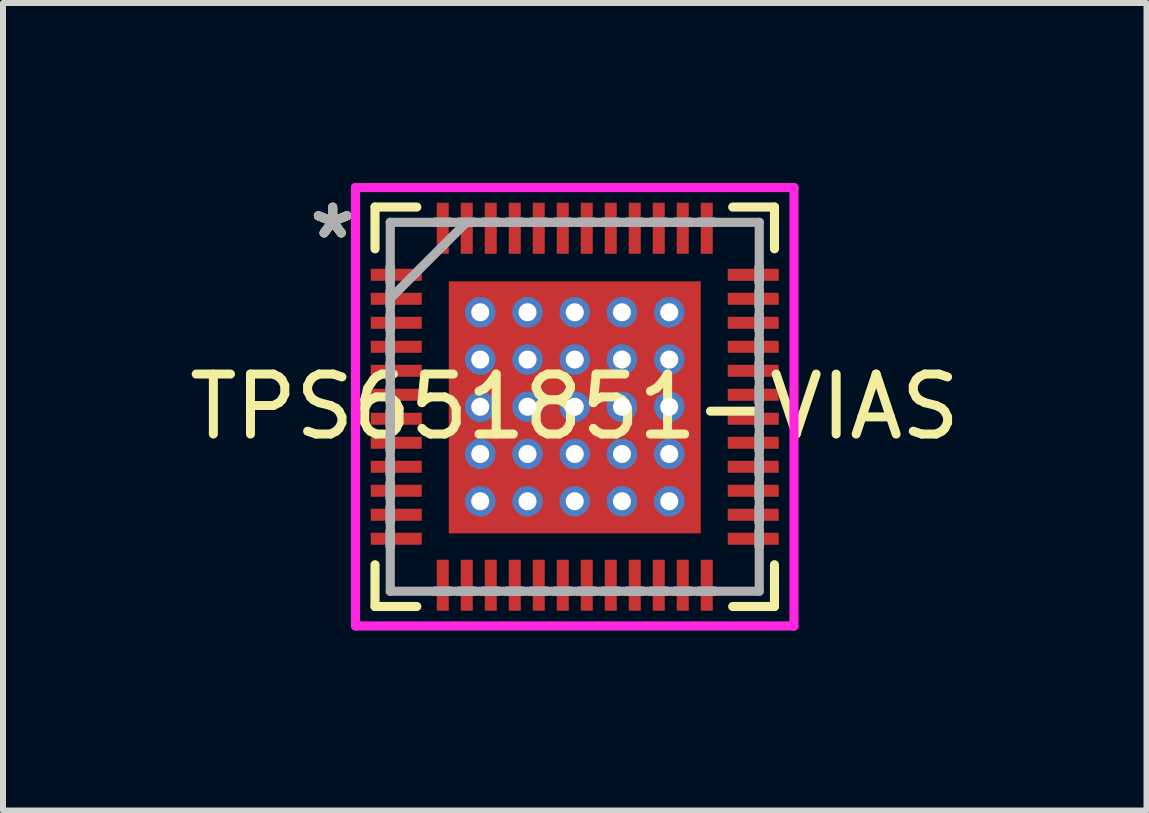
<source format=kicad_pcb>
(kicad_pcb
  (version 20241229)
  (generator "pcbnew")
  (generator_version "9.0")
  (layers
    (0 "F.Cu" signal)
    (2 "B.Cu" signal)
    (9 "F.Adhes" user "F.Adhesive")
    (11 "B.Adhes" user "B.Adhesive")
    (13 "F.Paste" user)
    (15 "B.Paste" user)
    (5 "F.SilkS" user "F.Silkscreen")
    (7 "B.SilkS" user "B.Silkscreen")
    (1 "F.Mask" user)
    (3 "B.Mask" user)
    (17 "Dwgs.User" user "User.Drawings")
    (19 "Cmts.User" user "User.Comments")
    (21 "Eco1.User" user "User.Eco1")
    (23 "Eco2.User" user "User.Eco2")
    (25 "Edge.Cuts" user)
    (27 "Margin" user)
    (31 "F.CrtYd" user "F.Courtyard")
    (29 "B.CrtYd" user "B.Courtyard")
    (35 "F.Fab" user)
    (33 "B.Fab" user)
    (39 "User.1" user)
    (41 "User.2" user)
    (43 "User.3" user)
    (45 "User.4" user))
  (footprint "TPS651851-VIAS"
    (layer "F.Cu")
    (at 6.53 3.73)
    (property "Reference" "TPS651851-VIAS" (at 0 0 0) (layer "F.SilkS") (effects (font (size 1 1) (thickness 0.15))))
    (attr smd)
    (fp_line (start -3.45 -2.35) (end -3.45 -2.05) (stroke (width 0.152) (type solid)) (layer "F.Mask"))
    (fp_line (start -3.45 -2.05) (end -2.5 -2.05) (stroke (width 0.152) (type solid)) (layer "F.Mask"))
    (fp_line (start -3.45 -1.95) (end -3.45 -1.65) (stroke (width 0.152) (type solid)) (layer "F.Mask"))
    (fp_line (start -3.45 -1.65) (end -2.5 -1.65) (stroke (width 0.152) (type solid)) (layer "F.Mask"))
    (fp_line (start -3.45 -1.55) (end -3.45 -1.25) (stroke (width 0.152) (type solid)) (layer "F.Mask"))
    (fp_line (start -3.45 -1.25) (end -2.5 -1.25) (stroke (width 0.152) (type solid)) (layer "F.Mask"))
    (fp_line (start -3.45 -1.15) (end -3.45 -0.85) (stroke (width 0.152) (type solid)) (layer "F.Mask"))
    (fp_line (start -3.45 -0.85) (end -2.5 -0.85) (stroke (width 0.152) (type solid)) (layer "F.Mask"))
    (fp_line (start -3.45 -0.75) (end -3.45 -0.45) (stroke (width 0.152) (type solid)) (layer "F.Mask"))
    (fp_line (start -3.45 -0.45) (end -2.5 -0.45) (stroke (width 0.152) (type solid)) (layer "F.Mask"))
    (fp_line (start -3.45 -0.35) (end -3.45 -0.05) (stroke (width 0.152) (type solid)) (layer "F.Mask"))
    (fp_line (start -3.45 -0.05) (end -2.5 -0.05) (stroke (width 0.152) (type solid)) (layer "F.Mask"))
    (fp_line (start -3.45 0.05) (end -3.45 0.35) (stroke (width 0.152) (type solid)) (layer "F.Mask"))
    (fp_line (start -3.45 0.35) (end -2.5 0.35) (stroke (width 0.152) (type solid)) (layer "F.Mask"))
    (fp_line (start -3.45 0.45) (end -3.45 0.75) (stroke (width 0.152) (type solid)) (layer "F.Mask"))
    (fp_line (start -3.45 0.75) (end -2.5 0.75) (stroke (width 0.152) (type solid)) (layer "F.Mask"))
    (fp_line (start -3.45 0.85) (end -3.45 1.15) (stroke (width 0.152) (type solid)) (layer "F.Mask"))
    (fp_line (start -3.45 1.15) (end -2.5 1.15) (stroke (width 0.152) (type solid)) (layer "F.Mask"))
    (fp_line (start -3.45 1.25) (end -3.45 1.55) (stroke (width 0.152) (type solid)) (layer "F.Mask"))
    (fp_line (start -3.45 1.55) (end -2.5 1.55) (stroke (width 0.152) (type solid)) (layer "F.Mask"))
    (fp_line (start -3.45 1.65) (end -3.45 1.95) (stroke (width 0.152) (type solid)) (layer "F.Mask"))
    (fp_line (start -3.45 1.95) (end -2.5 1.95) (stroke (width 0.152) (type solid)) (layer "F.Mask"))
    (fp_line (start -3.45 2.05) (end -3.45 2.35) (stroke (width 0.152) (type solid)) (layer "F.Mask"))
    (fp_line (start -3.45 2.35) (end -2.5 2.35) (stroke (width 0.152) (type solid)) (layer "F.Mask"))
    (fp_line (start -2.5 -2.35) (end -3.45 -2.35) (stroke (width 0.152) (type solid)) (layer "F.Mask"))
    (fp_line (start -2.5 -2.05) (end -2.5 -2.35) (stroke (width 0.152) (type solid)) (layer "F.Mask"))
    (fp_line (start -2.5 -1.95) (end -3.45 -1.95) (stroke (width 0.152) (type solid)) (layer "F.Mask"))
    (fp_line (start -2.5 -1.65) (end -2.5 -1.95) (stroke (width 0.152) (type solid)) (layer "F.Mask"))
    (fp_line (start -2.5 -1.55) (end -3.45 -1.55) (stroke (width 0.152) (type solid)) (layer "F.Mask"))
    (fp_line (start -2.5 -1.25) (end -2.5 -1.55) (stroke (width 0.152) (type solid)) (layer "F.Mask"))
    (fp_line (start -2.5 -1.15) (end -3.45 -1.15) (stroke (width 0.152) (type solid)) (layer "F.Mask"))
    (fp_line (start -2.5 -0.85) (end -2.5 -1.15) (stroke (width 0.152) (type solid)) (layer "F.Mask"))
    (fp_line (start -2.5 -0.75) (end -3.45 -0.75) (stroke (width 0.152) (type solid)) (layer "F.Mask"))
    (fp_line (start -2.5 -0.45) (end -2.5 -0.75) (stroke (width 0.152) (type solid)) (layer "F.Mask"))
    (fp_line (start -2.5 -0.35) (end -3.45 -0.35) (stroke (width 0.152) (type solid)) (layer "F.Mask"))
    (fp_line (start -2.5 -0.05) (end -2.5 -0.35) (stroke (width 0.152) (type solid)) (layer "F.Mask"))
    (fp_line (start -2.5 0.05) (end -3.45 0.05) (stroke (width 0.152) (type solid)) (layer "F.Mask"))
    (fp_line (start -2.5 0.35) (end -2.5 0.05) (stroke (width 0.152) (type solid)) (layer "F.Mask"))
    (fp_line (start -2.5 0.45) (end -3.45 0.45) (stroke (width 0.152) (type solid)) (layer "F.Mask"))
    (fp_line (start -2.5 0.75) (end -2.5 0.45) (stroke (width 0.152) (type solid)) (layer "F.Mask"))
    (fp_line (start -2.5 0.85) (end -3.45 0.85) (stroke (width 0.152) (type solid)) (layer "F.Mask"))
    (fp_line (start -2.5 1.15) (end -2.5 0.85) (stroke (width 0.152) (type solid)) (layer "F.Mask"))
    (fp_line (start -2.5 1.25) (end -3.45 1.25) (stroke (width 0.152) (type solid)) (layer "F.Mask"))
    (fp_line (start -2.5 1.55) (end -2.5 1.25) (stroke (width 0.152) (type solid)) (layer "F.Mask"))
    (fp_line (start -2.5 1.65) (end -3.45 1.65) (stroke (width 0.152) (type solid)) (layer "F.Mask"))
    (fp_line (start -2.5 1.95) (end -2.5 1.65) (stroke (width 0.152) (type solid)) (layer "F.Mask"))
    (fp_line (start -2.5 2.05) (end -3.45 2.05) (stroke (width 0.152) (type solid)) (layer "F.Mask"))
    (fp_line (start -2.5 2.35) (end -2.5 2.05) (stroke (width 0.152) (type solid)) (layer "F.Mask"))
    (fp_line (start -2.35 -3.45) (end -2.35 -2.5) (stroke (width 0.152) (type solid)) (layer "F.Mask"))
    (fp_line (start -2.35 -2.5) (end -2.05 -2.5) (stroke (width 0.152) (type solid)) (layer "F.Mask"))
    (fp_line (start -2.35 2.5) (end -2.35 3.45) (stroke (width 0.152) (type solid)) (layer "F.Mask"))
    (fp_line (start -2.35 3.45) (end -2.05 3.45) (stroke (width 0.152) (type solid)) (layer "F.Mask"))
    (fp_line (start -2.05 -3.45) (end -2.35 -3.45) (stroke (width 0.152) (type solid)) (layer "F.Mask"))
    (fp_line (start -2.05 -2.5) (end -2.05 -3.45) (stroke (width 0.152) (type solid)) (layer "F.Mask"))
    (fp_line (start -2.05 2.5) (end -2.35 2.5) (stroke (width 0.152) (type solid)) (layer "F.Mask"))
    (fp_line (start -2.05 3.45) (end -2.05 2.5) (stroke (width 0.152) (type solid)) (layer "F.Mask"))
    (fp_line (start -1.95 -3.45) (end -1.95 -2.5) (stroke (width 0.152) (type solid)) (layer "F.Mask"))
    (fp_line (start -1.95 -2.5) (end -1.65 -2.5) (stroke (width 0.152) (type solid)) (layer "F.Mask"))
    (fp_line (start -1.95 2.5) (end -1.95 3.45) (stroke (width 0.152) (type solid)) (layer "F.Mask"))
    (fp_line (start -1.95 3.45) (end -1.65 3.45) (stroke (width 0.152) (type solid)) (layer "F.Mask"))
    (fp_line (start -1.65 -3.45) (end -1.95 -3.45) (stroke (width 0.152) (type solid)) (layer "F.Mask"))
    (fp_line (start -1.65 -2.5) (end -1.65 -3.45) (stroke (width 0.152) (type solid)) (layer "F.Mask"))
    (fp_line (start -1.65 2.5) (end -1.95 2.5) (stroke (width 0.152) (type solid)) (layer "F.Mask"))
    (fp_line (start -1.65 3.45) (end -1.65 2.5) (stroke (width 0.152) (type solid)) (layer "F.Mask"))
    (fp_line (start -1.55 -3.45) (end -1.55 -2.5) (stroke (width 0.152) (type solid)) (layer "F.Mask"))
    (fp_line (start -1.55 -2.5) (end -1.25 -2.5) (stroke (width 0.152) (type solid)) (layer "F.Mask"))
    (fp_line (start -1.55 2.5) (end -1.55 3.45) (stroke (width 0.152) (type solid)) (layer "F.Mask"))
    (fp_line (start -1.55 3.45) (end -1.25 3.45) (stroke (width 0.152) (type solid)) (layer "F.Mask"))
    (fp_line (start -1.25 -3.45) (end -1.55 -3.45) (stroke (width 0.152) (type solid)) (layer "F.Mask"))
    (fp_line (start -1.25 -2.5) (end -1.25 -3.45) (stroke (width 0.152) (type solid)) (layer "F.Mask"))
    (fp_line (start -1.25 2.5) (end -1.55 2.5) (stroke (width 0.152) (type solid)) (layer "F.Mask"))
    (fp_line (start -1.25 3.45) (end -1.25 2.5) (stroke (width 0.152) (type solid)) (layer "F.Mask"))
    (fp_line (start -1.15 -3.45) (end -1.15 -2.5) (stroke (width 0.152) (type solid)) (layer "F.Mask"))
    (fp_line (start -1.15 -2.5) (end -0.85 -2.5) (stroke (width 0.152) (type solid)) (layer "F.Mask"))
    (fp_line (start -1.15 2.5) (end -1.15 3.45) (stroke (width 0.152) (type solid)) (layer "F.Mask"))
    (fp_line (start -1.15 3.45) (end -0.85 3.45) (stroke (width 0.152) (type solid)) (layer "F.Mask"))
    (fp_line (start -0.85 -3.45) (end -1.15 -3.45) (stroke (width 0.152) (type solid)) (layer "F.Mask"))
    (fp_line (start -0.85 -2.5) (end -0.85 -3.45) (stroke (width 0.152) (type solid)) (layer "F.Mask"))
    (fp_line (start -0.85 2.5) (end -1.15 2.5) (stroke (width 0.152) (type solid)) (layer "F.Mask"))
    (fp_line (start -0.85 3.45) (end -0.85 2.5) (stroke (width 0.152) (type solid)) (layer "F.Mask"))
    (fp_line (start -0.75 2.5) (end -0.75 3.45) (stroke (width 0.152) (type solid)) (layer "F.Mask"))
    (fp_line (start -0.75 3.45) (end -0.45 3.45) (stroke (width 0.152) (type solid)) (layer "F.Mask"))
    (fp_line (start -0.75 -3.45) (end -0.75 -2.5) (stroke (width 0.152) (type solid)) (layer "F.Mask"))
    (fp_line (start -0.75 -2.5) (end -0.45 -2.5) (stroke (width 0.152) (type solid)) (layer "F.Mask"))
    (fp_line (start -0.45 -3.45) (end -0.75 -3.45) (stroke (width 0.152) (type solid)) (layer "F.Mask"))
    (fp_line (start -0.45 -2.5) (end -0.45 -3.45) (stroke (width 0.152) (type solid)) (layer "F.Mask"))
    (fp_line (start -0.45 2.5) (end -0.75 2.5) (stroke (width 0.152) (type solid)) (layer "F.Mask"))
    (fp_line (start -0.45 3.45) (end -0.45 2.5) (stroke (width 0.152) (type solid)) (layer "F.Mask"))
    (fp_line (start -0.35 -3.45) (end -0.35 -2.5) (stroke (width 0.152) (type solid)) (layer "F.Mask"))
    (fp_line (start -0.35 -2.5) (end -0.05 -2.5) (stroke (width 0.152) (type solid)) (layer "F.Mask"))
    (fp_line (start -0.35 2.5) (end -0.35 3.45) (stroke (width 0.152) (type solid)) (layer "F.Mask"))
    (fp_line (start -0.35 3.45) (end -0.05 3.45) (stroke (width 0.152) (type solid)) (layer "F.Mask"))
    (fp_line (start -0.05 -3.45) (end -0.35 -3.45) (stroke (width 0.152) (type solid)) (layer "F.Mask"))
    (fp_line (start -0.05 -2.5) (end -0.05 -3.45) (stroke (width 0.152) (type solid)) (layer "F.Mask"))
    (fp_line (start -0.05 2.5) (end -0.35 2.5) (stroke (width 0.152) (type solid)) (layer "F.Mask"))
    (fp_line (start -0.05 3.45) (end -0.05 2.5) (stroke (width 0.152) (type solid)) (layer "F.Mask"))
    (fp_line (start 0.05 -3.45) (end 0.05 -2.5) (stroke (width 0.152) (type solid)) (layer "F.Mask"))
    (fp_line (start 0.05 -2.5) (end 0.35 -2.5) (stroke (width 0.152) (type solid)) (layer "F.Mask"))
    (fp_line (start 0.05 2.5) (end 0.05 3.45) (stroke (width 0.152) (type solid)) (layer "F.Mask"))
    (fp_line (start 0.05 3.45) (end 0.35 3.45) (stroke (width 0.152) (type solid)) (layer "F.Mask"))
    (fp_line (start 0.35 -3.45) (end 0.05 -3.45) (stroke (width 0.152) (type solid)) (layer "F.Mask"))
    (fp_line (start 0.35 -2.5) (end 0.35 -3.45) (stroke (width 0.152) (type solid)) (layer "F.Mask"))
    (fp_line (start 0.35 2.5) (end 0.05 2.5) (stroke (width 0.152) (type solid)) (layer "F.Mask"))
    (fp_line (start 0.35 3.45) (end 0.35 2.5) (stroke (width 0.152) (type solid)) (layer "F.Mask"))
    (fp_line (start 0.45 -3.45) (end 0.45 -2.5) (stroke (width 0.152) (type solid)) (layer "F.Mask"))
    (fp_line (start 0.45 -2.5) (end 0.75 -2.5) (stroke (width 0.152) (type solid)) (layer "F.Mask"))
    (fp_line (start 0.45 2.5) (end 0.45 3.45) (stroke (width 0.152) (type solid)) (layer "F.Mask"))
    (fp_line (start 0.45 3.45) (end 0.75 3.45) (stroke (width 0.152) (type solid)) (layer "F.Mask"))
    (fp_line (start 0.75 2.5) (end 0.45 2.5) (stroke (width 0.152) (type solid)) (layer "F.Mask"))
    (fp_line (start 0.75 3.45) (end 0.75 2.5) (stroke (width 0.152) (type solid)) (layer "F.Mask"))
    (fp_line (start 0.75 -3.45) (end 0.45 -3.45) (stroke (width 0.152) (type solid)) (layer "F.Mask"))
    (fp_line (start 0.75 -2.5) (end 0.75 -3.45) (stroke (width 0.152) (type solid)) (layer "F.Mask"))
    (fp_line (start 0.85 -3.45) (end 0.85 -2.5) (stroke (width 0.152) (type solid)) (layer "F.Mask"))
    (fp_line (start 0.85 -2.5) (end 1.15 -2.5) (stroke (width 0.152) (type solid)) (layer "F.Mask"))
    (fp_line (start 0.85 2.5) (end 0.85 3.45) (stroke (width 0.152) (type solid)) (layer "F.Mask"))
    (fp_line (start 0.85 3.45) (end 1.15 3.45) (stroke (width 0.152) (type solid)) (layer "F.Mask"))
    (fp_line (start 1.15 -3.45) (end 0.85 -3.45) (stroke (width 0.152) (type solid)) (layer "F.Mask"))
    (fp_line (start 1.15 -2.5) (end 1.15 -3.45) (stroke (width 0.152) (type solid)) (layer "F.Mask"))
    (fp_line (start 1.15 2.5) (end 0.85 2.5) (stroke (width 0.152) (type solid)) (layer "F.Mask"))
    (fp_line (start 1.15 3.45) (end 1.15 2.5) (stroke (width 0.152) (type solid)) (layer "F.Mask"))
    (fp_line (start 1.25 -3.45) (end 1.25 -2.5) (stroke (width 0.152) (type solid)) (layer "F.Mask"))
    (fp_line (start 1.25 -2.5) (end 1.55 -2.5) (stroke (width 0.152) (type solid)) (layer "F.Mask"))
    (fp_line (start 1.25 2.5) (end 1.25 3.45) (stroke (width 0.152) (type solid)) (layer "F.Mask"))
    (fp_line (start 1.25 3.45) (end 1.55 3.45) (stroke (width 0.152) (type solid)) (layer "F.Mask"))
    (fp_line (start 1.55 -3.45) (end 1.25 -3.45) (stroke (width 0.152) (type solid)) (layer "F.Mask"))
    (fp_line (start 1.55 -2.5) (end 1.55 -3.45) (stroke (width 0.152) (type solid)) (layer "F.Mask"))
    (fp_line (start 1.55 2.5) (end 1.25 2.5) (stroke (width 0.152) (type solid)) (layer "F.Mask"))
    (fp_line (start 1.55 3.45) (end 1.55 2.5) (stroke (width 0.152) (type solid)) (layer "F.Mask"))
    (fp_line (start 1.65 -3.45) (end 1.65 -2.5) (stroke (width 0.152) (type solid)) (layer "F.Mask"))
    (fp_line (start 1.65 -2.5) (end 1.95 -2.5) (stroke (width 0.152) (type solid)) (layer "F.Mask"))
    (fp_line (start 1.65 2.5) (end 1.65 3.45) (stroke (width 0.152) (type solid)) (layer "F.Mask"))
    (fp_line (start 1.65 3.45) (end 1.95 3.45) (stroke (width 0.152) (type solid)) (layer "F.Mask"))
    (fp_line (start 1.95 -3.45) (end 1.65 -3.45) (stroke (width 0.152) (type solid)) (layer "F.Mask"))
    (fp_line (start 1.95 -2.5) (end 1.95 -3.45) (stroke (width 0.152) (type solid)) (layer "F.Mask"))
    (fp_line (start 1.95 2.5) (end 1.65 2.5) (stroke (width 0.152) (type solid)) (layer "F.Mask"))
    (fp_line (start 1.95 3.45) (end 1.95 2.5) (stroke (width 0.152) (type solid)) (layer "F.Mask"))
    (fp_line (start 2.05 -3.45) (end 2.05 -2.5) (stroke (width 0.152) (type solid)) (layer "F.Mask"))
    (fp_line (start 2.05 -2.5) (end 2.35 -2.5) (stroke (width 0.152) (type solid)) (layer "F.Mask"))
    (fp_line (start 2.05 2.5) (end 2.05 3.45) (stroke (width 0.152) (type solid)) (layer "F.Mask"))
    (fp_line (start 2.05 3.45) (end 2.35 3.45) (stroke (width 0.152) (type solid)) (layer "F.Mask"))
    (fp_line (start 2.35 -3.45) (end 2.05 -3.45) (stroke (width 0.152) (type solid)) (layer "F.Mask"))
    (fp_line (start 2.35 -2.5) (end 2.35 -3.45) (stroke (width 0.152) (type solid)) (layer "F.Mask"))
    (fp_line (start 2.35 2.5) (end 2.05 2.5) (stroke (width 0.152) (type solid)) (layer "F.Mask"))
    (fp_line (start 2.35 3.45) (end 2.35 2.5) (stroke (width 0.152) (type solid)) (layer "F.Mask"))
    (fp_line (start 2.5 -2.35) (end 2.5 -2.05) (stroke (width 0.152) (type solid)) (layer "F.Mask"))
    (fp_line (start 2.5 -2.05) (end 3.45 -2.05) (stroke (width 0.152) (type solid)) (layer "F.Mask"))
    (fp_line (start 2.5 -1.95) (end 2.5 -1.65) (stroke (width 0.152) (type solid)) (layer "F.Mask"))
    (fp_line (start 2.5 -1.65) (end 3.45 -1.65) (stroke (width 0.152) (type solid)) (layer "F.Mask"))
    (fp_line (start 2.5 -1.55) (end 2.5 -1.25) (stroke (width 0.152) (type solid)) (layer "F.Mask"))
    (fp_line (start 2.5 -1.25) (end 3.45 -1.25) (stroke (width 0.152) (type solid)) (layer "F.Mask"))
    (fp_line (start 2.5 -1.15) (end 2.5 -0.85) (stroke (width 0.152) (type solid)) (layer "F.Mask"))
    (fp_line (start 2.5 -0.85) (end 3.45 -0.85) (stroke (width 0.152) (type solid)) (layer "F.Mask"))
    (fp_line (start 2.5 -0.75) (end 2.5 -0.45) (stroke (width 0.152) (type solid)) (layer "F.Mask"))
    (fp_line (start 2.5 -0.45) (end 3.45 -0.45) (stroke (width 0.152) (type solid)) (layer "F.Mask"))
    (fp_line (start 2.5 -0.35) (end 2.5 -0.05) (stroke (width 0.152) (type solid)) (layer "F.Mask"))
    (fp_line (start 2.5 -0.05) (end 3.45 -0.05) (stroke (width 0.152) (type solid)) (layer "F.Mask"))
    (fp_line (start 2.5 0.05) (end 2.5 0.35) (stroke (width 0.152) (type solid)) (layer "F.Mask"))
    (fp_line (start 2.5 0.35) (end 3.45 0.35) (stroke (width 0.152) (type solid)) (layer "F.Mask"))
    (fp_line (start 2.5 0.45) (end 2.5 0.75) (stroke (width 0.152) (type solid)) (layer "F.Mask"))
    (fp_line (start 2.5 0.75) (end 3.45 0.75) (stroke (width 0.152) (type solid)) (layer "F.Mask"))
    (fp_line (start 2.5 0.85) (end 2.5 1.15) (stroke (width 0.152) (type solid)) (layer "F.Mask"))
    (fp_line (start 2.5 1.15) (end 3.45 1.15) (stroke (width 0.152) (type solid)) (layer "F.Mask"))
    (fp_line (start 2.5 1.25) (end 2.5 1.55) (stroke (width 0.152) (type solid)) (layer "F.Mask"))
    (fp_line (start 2.5 1.55) (end 3.45 1.55) (stroke (width 0.152) (type solid)) (layer "F.Mask"))
    (fp_line (start 2.5 1.65) (end 2.5 1.95) (stroke (width 0.152) (type solid)) (layer "F.Mask"))
    (fp_line (start 2.5 1.95) (end 3.45 1.95) (stroke (width 0.152) (type solid)) (layer "F.Mask"))
    (fp_line (start 2.5 2.05) (end 2.5 2.35) (stroke (width 0.152) (type solid)) (layer "F.Mask"))
    (fp_line (start 2.5 2.35) (end 3.45 2.35) (stroke (width 0.152) (type solid)) (layer "F.Mask"))
    (fp_line (start 3.45 -2.35) (end 2.5 -2.35) (stroke (width 0.152) (type solid)) (layer "F.Mask"))
    (fp_line (start 3.45 -2.05) (end 3.45 -2.35) (stroke (width 0.152) (type solid)) (layer "F.Mask"))
    (fp_line (start 3.45 -1.95) (end 2.5 -1.95) (stroke (width 0.152) (type solid)) (layer "F.Mask"))
    (fp_line (start 3.45 -1.65) (end 3.45 -1.95) (stroke (width 0.152) (type solid)) (layer "F.Mask"))
    (fp_line (start 3.45 -1.55) (end 2.5 -1.55) (stroke (width 0.152) (type solid)) (layer "F.Mask"))
    (fp_line (start 3.45 -1.25) (end 3.45 -1.55) (stroke (width 0.152) (type solid)) (layer "F.Mask"))
    (fp_line (start 3.45 -1.15) (end 2.5 -1.15) (stroke (width 0.152) (type solid)) (layer "F.Mask"))
    (fp_line (start 3.45 -0.85) (end 3.45 -1.15) (stroke (width 0.152) (type solid)) (layer "F.Mask"))
    (fp_line (start 3.45 -0.75) (end 2.5 -0.75) (stroke (width 0.152) (type solid)) (layer "F.Mask"))
    (fp_line (start 3.45 -0.45) (end 3.45 -0.75) (stroke (width 0.152) (type solid)) (layer "F.Mask"))
    (fp_line (start 3.45 -0.35) (end 2.5 -0.35) (stroke (width 0.152) (type solid)) (layer "F.Mask"))
    (fp_line (start 3.45 -0.05) (end 3.45 -0.35) (stroke (width 0.152) (type solid)) (layer "F.Mask"))
    (fp_line (start 3.45 0.05) (end 2.5 0.05) (stroke (width 0.152) (type solid)) (layer "F.Mask"))
    (fp_line (start 3.45 0.35) (end 3.45 0.05) (stroke (width 0.152) (type solid)) (layer "F.Mask"))
    (fp_line (start 3.45 0.45) (end 2.5 0.45) (stroke (width 0.152) (type solid)) (layer "F.Mask"))
    (fp_line (start 3.45 0.75) (end 3.45 0.45) (stroke (width 0.152) (type solid)) (layer "F.Mask"))
    (fp_line (start 3.45 0.85) (end 2.5 0.85) (stroke (width 0.152) (type solid)) (layer "F.Mask"))
    (fp_line (start 3.45 1.15) (end 3.45 0.85) (stroke (width 0.152) (type solid)) (layer "F.Mask"))
    (fp_line (start 3.45 1.25) (end 2.5 1.25) (stroke (width 0.152) (type solid)) (layer "F.Mask"))
    (fp_line (start 3.45 1.55) (end 3.45 1.25) (stroke (width 0.152) (type solid)) (layer "F.Mask"))
    (fp_line (start 3.45 1.65) (end 2.5 1.65) (stroke (width 0.152) (type solid)) (layer "F.Mask"))
    (fp_line (start 3.45 1.95) (end 3.45 1.65) (stroke (width 0.152) (type solid)) (layer "F.Mask"))
    (fp_line (start 3.45 2.05) (end 2.5 2.05) (stroke (width 0.152) (type solid)) (layer "F.Mask"))
    (fp_line (start 3.45 2.35) (end 3.45 2.05) (stroke (width 0.152) (type solid)) (layer "F.Mask"))
    (fp_line (start -3.329 -3.329) (end -3.329 -2.633) (stroke (width 0.152) (type solid)) (layer "F.SilkS"))
    (fp_line (start -3.329 2.633) (end -3.329 3.329) (stroke (width 0.152) (type solid)) (layer "F.SilkS"))
    (fp_line (start -3.329 3.329) (end -2.633 3.329) (stroke (width 0.152) (type solid)) (layer "F.SilkS"))
    (fp_line (start -2.633 -3.329) (end -3.329 -3.329) (stroke (width 0.152) (type solid)) (layer "F.SilkS"))
    (fp_line (start 2.633 3.329) (end 3.329 3.329) (stroke (width 0.152) (type solid)) (layer "F.SilkS"))
    (fp_line (start 3.329 -3.329) (end 2.633 -3.329) (stroke (width 0.152) (type solid)) (layer "F.SilkS"))
    (fp_line (start 3.329 -2.633) (end 3.329 -3.329) (stroke (width 0.152) (type solid)) (layer "F.SilkS"))
    (fp_line (start 3.329 3.329) (end 3.329 2.633) (stroke (width 0.152) (type solid)) (layer "F.SilkS"))
    (fp_line (start -3.375 -2.275) (end -3.375 -2.125) (stroke (width 0.152) (type solid)) (layer "F.Paste"))
    (fp_line (start -3.375 -2.125) (end -2.575 -2.125) (stroke (width 0.152) (type solid)) (layer "F.Paste"))
    (fp_line (start -3.375 -1.875) (end -3.375 -1.725) (stroke (width 0.152) (type solid)) (layer "F.Paste"))
    (fp_line (start -3.375 -1.725) (end -2.575 -1.725) (stroke (width 0.152) (type solid)) (layer "F.Paste"))
    (fp_line (start -3.375 -1.475) (end -3.375 -1.325) (stroke (width 0.152) (type solid)) (layer "F.Paste"))
    (fp_line (start -3.375 -1.325) (end -2.575 -1.325) (stroke (width 0.152) (type solid)) (layer "F.Paste"))
    (fp_line (start -3.375 -1.075) (end -3.375 -0.925) (stroke (width 0.152) (type solid)) (layer "F.Paste"))
    (fp_line (start -3.375 -0.925) (end -2.575 -0.925) (stroke (width 0.152) (type solid)) (layer "F.Paste"))
    (fp_line (start -3.375 -0.675) (end -3.375 -0.525) (stroke (width 0.152) (type solid)) (layer "F.Paste"))
    (fp_line (start -3.375 -0.525) (end -2.575 -0.525) (stroke (width 0.152) (type solid)) (layer "F.Paste"))
    (fp_line (start -3.375 -0.275) (end -3.375 -0.125) (stroke (width 0.152) (type solid)) (layer "F.Paste"))
    (fp_line (start -3.375 -0.125) (end -2.575 -0.125) (stroke (width 0.152) (type solid)) (layer "F.Paste"))
    (fp_line (start -3.375 0.125) (end -3.375 0.275) (stroke (width 0.152) (type solid)) (layer "F.Paste"))
    (fp_line (start -3.375 0.275) (end -2.575 0.275) (stroke (width 0.152) (type solid)) (layer "F.Paste"))
    (fp_line (start -3.375 0.525) (end -3.375 0.675) (stroke (width 0.152) (type solid)) (layer "F.Paste"))
    (fp_line (start -3.375 0.675) (end -2.575 0.675) (stroke (width 0.152) (type solid)) (layer "F.Paste"))
    (fp_line (start -3.375 0.925) (end -3.375 1.075) (stroke (width 0.152) (type solid)) (layer "F.Paste"))
    (fp_line (start -3.375 1.075) (end -2.575 1.075) (stroke (width 0.152) (type solid)) (layer "F.Paste"))
    (fp_line (start -3.375 1.325) (end -3.375 1.475) (stroke (width 0.152) (type solid)) (layer "F.Paste"))
    (fp_line (start -3.375 1.475) (end -2.575 1.475) (stroke (width 0.152) (type solid)) (layer "F.Paste"))
    (fp_line (start -3.375 1.725) (end -3.375 1.875) (stroke (width 0.152) (type solid)) (layer "F.Paste"))
    (fp_line (start -3.375 1.875) (end -2.575 1.875) (stroke (width 0.152) (type solid)) (layer "F.Paste"))
    (fp_line (start -3.375 2.125) (end -3.375 2.275) (stroke (width 0.152) (type solid)) (layer "F.Paste"))
    (fp_line (start -3.375 2.275) (end -2.575 2.275) (stroke (width 0.152) (type solid)) (layer "F.Paste"))
    (fp_line (start -2.575 -2.275) (end -3.375 -2.275) (stroke (width 0.152) (type solid)) (layer "F.Paste"))
    (fp_line (start -2.575 -2.125) (end -2.575 -2.275) (stroke (width 0.152) (type solid)) (layer "F.Paste"))
    (fp_line (start -2.575 -1.875) (end -3.375 -1.875) (stroke (width 0.152) (type solid)) (layer "F.Paste"))
    (fp_line (start -2.575 -1.725) (end -2.575 -1.875) (stroke (width 0.152) (type solid)) (layer "F.Paste"))
    (fp_line (start -2.575 -1.475) (end -3.375 -1.475) (stroke (width 0.152) (type solid)) (layer "F.Paste"))
    (fp_line (start -2.575 -1.325) (end -2.575 -1.475) (stroke (width 0.152) (type solid)) (layer "F.Paste"))
    (fp_line (start -2.575 -1.075) (end -3.375 -1.075) (stroke (width 0.152) (type solid)) (layer "F.Paste"))
    (fp_line (start -2.575 -0.925) (end -2.575 -1.075) (stroke (width 0.152) (type solid)) (layer "F.Paste"))
    (fp_line (start -2.575 -0.675) (end -3.375 -0.675) (stroke (width 0.152) (type solid)) (layer "F.Paste"))
    (fp_line (start -2.575 -0.525) (end -2.575 -0.675) (stroke (width 0.152) (type solid)) (layer "F.Paste"))
    (fp_line (start -2.575 -0.275) (end -3.375 -0.275) (stroke (width 0.152) (type solid)) (layer "F.Paste"))
    (fp_line (start -2.575 -0.125) (end -2.575 -0.275) (stroke (width 0.152) (type solid)) (layer "F.Paste"))
    (fp_line (start -2.575 0.125) (end -3.375 0.125) (stroke (width 0.152) (type solid)) (layer "F.Paste"))
    (fp_line (start -2.575 0.275) (end -2.575 0.125) (stroke (width 0.152) (type solid)) (layer "F.Paste"))
    (fp_line (start -2.575 0.525) (end -3.375 0.525) (stroke (width 0.152) (type solid)) (layer "F.Paste"))
    (fp_line (start -2.575 0.675) (end -2.575 0.525) (stroke (width 0.152) (type solid)) (layer "F.Paste"))
    (fp_line (start -2.575 0.925) (end -3.375 0.925) (stroke (width 0.152) (type solid)) (layer "F.Paste"))
    (fp_line (start -2.575 1.075) (end -2.575 0.925) (stroke (width 0.152) (type solid)) (layer "F.Paste"))
    (fp_line (start -2.575 1.325) (end -3.375 1.325) (stroke (width 0.152) (type solid)) (layer "F.Paste"))
    (fp_line (start -2.575 1.475) (end -2.575 1.325) (stroke (width 0.152) (type solid)) (layer "F.Paste"))
    (fp_line (start -2.575 1.725) (end -3.375 1.725) (stroke (width 0.152) (type solid)) (layer "F.Paste"))
    (fp_line (start -2.575 1.875) (end -2.575 1.725) (stroke (width 0.152) (type solid)) (layer "F.Paste"))
    (fp_line (start -2.575 2.125) (end -3.375 2.125) (stroke (width 0.152) (type solid)) (layer "F.Paste"))
    (fp_line (start -2.575 2.275) (end -2.575 2.125) (stroke (width 0.152) (type solid)) (layer "F.Paste"))
    (fp_line (start -2.275 -3.375) (end -2.275 -2.575) (stroke (width 0.152) (type solid)) (layer "F.Paste"))
    (fp_line (start -2.275 -2.575) (end -2.125 -2.575) (stroke (width 0.152) (type solid)) (layer "F.Paste"))
    (fp_line (start -2.275 2.575) (end -2.275 3.375) (stroke (width 0.152) (type solid)) (layer "F.Paste"))
    (fp_line (start -2.275 3.375) (end -2.125 3.375) (stroke (width 0.152) (type solid)) (layer "F.Paste"))
    (fp_line (start -2.125 -3.375) (end -2.275 -3.375) (stroke (width 0.152) (type solid)) (layer "F.Paste"))
    (fp_line (start -2.125 -2.575) (end -2.125 -3.375) (stroke (width 0.152) (type solid)) (layer "F.Paste"))
    (fp_line (start -2.125 2.575) (end -2.275 2.575) (stroke (width 0.152) (type solid)) (layer "F.Paste"))
    (fp_line (start -2.125 3.375) (end -2.125 2.575) (stroke (width 0.152) (type solid)) (layer "F.Paste"))
    (fp_line (start -1.875 -3.375) (end -1.875 -2.575) (stroke (width 0.152) (type solid)) (layer "F.Paste"))
    (fp_line (start -1.875 -2.575) (end -1.725 -2.575) (stroke (width 0.152) (type solid)) (layer "F.Paste"))
    (fp_line (start -1.875 2.575) (end -1.875 3.375) (stroke (width 0.152) (type solid)) (layer "F.Paste"))
    (fp_line (start -1.875 3.375) (end -1.725 3.375) (stroke (width 0.152) (type solid)) (layer "F.Paste"))
    (fp_line (start -1.725 -3.375) (end -1.875 -3.375) (stroke (width 0.152) (type solid)) (layer "F.Paste"))
    (fp_line (start -1.725 -2.575) (end -1.725 -3.375) (stroke (width 0.152) (type solid)) (layer "F.Paste"))
    (fp_line (start -1.725 2.575) (end -1.875 2.575) (stroke (width 0.152) (type solid)) (layer "F.Paste"))
    (fp_line (start -1.725 3.375) (end -1.725 2.575) (stroke (width 0.152) (type solid)) (layer "F.Paste"))
    (fp_line (start -1.475 -3.375) (end -1.475 -2.575) (stroke (width 0.152) (type solid)) (layer "F.Paste"))
    (fp_line (start -1.475 -2.575) (end -1.325 -2.575) (stroke (width 0.152) (type solid)) (layer "F.Paste"))
    (fp_line (start -1.475 2.575) (end -1.475 3.375) (stroke (width 0.152) (type solid)) (layer "F.Paste"))
    (fp_line (start -1.475 3.375) (end -1.325 3.375) (stroke (width 0.152) (type solid)) (layer "F.Paste"))
    (fp_line (start -1.325 2.575) (end -1.475 2.575) (stroke (width 0.152) (type solid)) (layer "F.Paste"))
    (fp_line (start -1.325 3.375) (end -1.325 2.575) (stroke (width 0.152) (type solid)) (layer "F.Paste"))
    (fp_line (start -1.325 -3.375) (end -1.475 -3.375) (stroke (width 0.152) (type solid)) (layer "F.Paste"))
    (fp_line (start -1.325 -2.575) (end -1.325 -3.375) (stroke (width 0.152) (type solid)) (layer "F.Paste"))
    (fp_line (start -1.075 -3.375) (end -1.075 -2.575) (stroke (width 0.152) (type solid)) (layer "F.Paste"))
    (fp_line (start -1.075 -2.575) (end -0.925 -2.575) (stroke (width 0.152) (type solid)) (layer "F.Paste"))
    (fp_line (start -1.075 2.575) (end -1.075 3.375) (stroke (width 0.152) (type solid)) (layer "F.Paste"))
    (fp_line (start -1.075 3.375) (end -0.925 3.375) (stroke (width 0.152) (type solid)) (layer "F.Paste"))
    (fp_line (start -0.925 -3.375) (end -1.075 -3.375) (stroke (width 0.152) (type solid)) (layer "F.Paste"))
    (fp_line (start -0.925 -2.575) (end -0.925 -3.375) (stroke (width 0.152) (type solid)) (layer "F.Paste"))
    (fp_line (start -0.925 2.575) (end -1.075 2.575) (stroke (width 0.152) (type solid)) (layer "F.Paste"))
    (fp_line (start -0.925 3.375) (end -0.925 2.575) (stroke (width 0.152) (type solid)) (layer "F.Paste"))
    (fp_line (start -0.675 -3.375) (end -0.675 -2.575) (stroke (width 0.152) (type solid)) (layer "F.Paste"))
    (fp_line (start -0.675 -2.575) (end -0.525 -2.575) (stroke (width 0.152) (type solid)) (layer "F.Paste"))
    (fp_line (start -0.675 2.575) (end -0.675 3.375) (stroke (width 0.152) (type solid)) (layer "F.Paste"))
    (fp_line (start -0.675 3.375) (end -0.525 3.375) (stroke (width 0.152) (type solid)) (layer "F.Paste"))
    (fp_line (start -0.525 -3.375) (end -0.675 -3.375) (stroke (width 0.152) (type solid)) (layer "F.Paste"))
    (fp_line (start -0.525 -2.575) (end -0.525 -3.375) (stroke (width 0.152) (type solid)) (layer "F.Paste"))
    (fp_line (start -0.525 2.575) (end -0.675 2.575) (stroke (width 0.152) (type solid)) (layer "F.Paste"))
    (fp_line (start -0.525 3.375) (end -0.525 2.575) (stroke (width 0.152) (type solid)) (layer "F.Paste"))
    (fp_line (start -0.275 -3.375) (end -0.275 -2.575) (stroke (width 0.152) (type solid)) (layer "F.Paste"))
    (fp_line (start -0.275 -2.575) (end -0.125 -2.575) (stroke (width 0.152) (type solid)) (layer "F.Paste"))
    (fp_line (start -0.275 2.575) (end -0.275 3.375) (stroke (width 0.152) (type solid)) (layer "F.Paste"))
    (fp_line (start -0.275 3.375) (end -0.125 3.375) (stroke (width 0.152) (type solid)) (layer "F.Paste"))
    (fp_line (start -0.125 -3.375) (end -0.275 -3.375) (stroke (width 0.152) (type solid)) (layer "F.Paste"))
    (fp_line (start -0.125 -2.575) (end -0.125 -3.375) (stroke (width 0.152) (type solid)) (layer "F.Paste"))
    (fp_line (start -0.125 2.575) (end -0.275 2.575) (stroke (width 0.152) (type solid)) (layer "F.Paste"))
    (fp_line (start -0.125 3.375) (end -0.125 2.575) (stroke (width 0.152) (type solid)) (layer "F.Paste"))
    (fp_line (start 0.125 -3.375) (end 0.125 -2.575) (stroke (width 0.152) (type solid)) (layer "F.Paste"))
    (fp_line (start 0.125 -2.575) (end 0.275 -2.575) (stroke (width 0.152) (type solid)) (layer "F.Paste"))
    (fp_line (start 0.125 2.575) (end 0.125 3.375) (stroke (width 0.152) (type solid)) (layer "F.Paste"))
    (fp_line (start 0.125 3.375) (end 0.275 3.375) (stroke (width 0.152) (type solid)) (layer "F.Paste"))
    (fp_line (start 0.275 -3.375) (end 0.125 -3.375) (stroke (width 0.152) (type solid)) (layer "F.Paste"))
    (fp_line (start 0.275 -2.575) (end 0.275 -3.375) (stroke (width 0.152) (type solid)) (layer "F.Paste"))
    (fp_line (start 0.275 2.575) (end 0.125 2.575) (stroke (width 0.152) (type solid)) (layer "F.Paste"))
    (fp_line (start 0.275 3.375) (end 0.275 2.575) (stroke (width 0.152) (type solid)) (layer "F.Paste"))
    (fp_line (start 0.525 -3.375) (end 0.525 -2.575) (stroke (width 0.152) (type solid)) (layer "F.Paste"))
    (fp_line (start 0.525 -2.575) (end 0.675 -2.575) (stroke (width 0.152) (type solid)) (layer "F.Paste"))
    (fp_line (start 0.525 2.575) (end 0.525 3.375) (stroke (width 0.152) (type solid)) (layer "F.Paste"))
    (fp_line (start 0.525 3.375) (end 0.675 3.375) (stroke (width 0.152) (type solid)) (layer "F.Paste"))
    (fp_line (start 0.675 -3.375) (end 0.525 -3.375) (stroke (width 0.152) (type solid)) (layer "F.Paste"))
    (fp_line (start 0.675 -2.575) (end 0.675 -3.375) (stroke (width 0.152) (type solid)) (layer "F.Paste"))
    (fp_line (start 0.675 2.575) (end 0.525 2.575) (stroke (width 0.152) (type solid)) (layer "F.Paste"))
    (fp_line (start 0.675 3.375) (end 0.675 2.575) (stroke (width 0.152) (type solid)) (layer "F.Paste"))
    (fp_line (start 0.925 -3.375) (end 0.925 -2.575) (stroke (width 0.152) (type solid)) (layer "F.Paste"))
    (fp_line (start 0.925 -2.575) (end 1.075 -2.575) (stroke (width 0.152) (type solid)) (layer "F.Paste"))
    (fp_line (start 0.925 2.575) (end 0.925 3.375) (stroke (width 0.152) (type solid)) (layer "F.Paste"))
    (fp_line (start 0.925 3.375) (end 1.075 3.375) (stroke (width 0.152) (type solid)) (layer "F.Paste"))
    (fp_line (start 1.075 -3.375) (end 0.925 -3.375) (stroke (width 0.152) (type solid)) (layer "F.Paste"))
    (fp_line (start 1.075 -2.575) (end 1.075 -3.375) (stroke (width 0.152) (type solid)) (layer "F.Paste"))
    (fp_line (start 1.075 2.575) (end 0.925 2.575) (stroke (width 0.152) (type solid)) (layer "F.Paste"))
    (fp_line (start 1.075 3.375) (end 1.075 2.575) (stroke (width 0.152) (type solid)) (layer "F.Paste"))
    (fp_line (start 1.325 2.575) (end 1.325 3.375) (stroke (width 0.152) (type solid)) (layer "F.Paste"))
    (fp_line (start 1.325 3.375) (end 1.475 3.375) (stroke (width 0.152) (type solid)) (layer "F.Paste"))
    (fp_line (start 1.325 -3.375) (end 1.325 -2.575) (stroke (width 0.152) (type solid)) (layer "F.Paste"))
    (fp_line (start 1.325 -2.575) (end 1.475 -2.575) (stroke (width 0.152) (type solid)) (layer "F.Paste"))
    (fp_line (start 1.475 -3.375) (end 1.325 -3.375) (stroke (width 0.152) (type solid)) (layer "F.Paste"))
    (fp_line (start 1.475 -2.575) (end 1.475 -3.375) (stroke (width 0.152) (type solid)) (layer "F.Paste"))
    (fp_line (start 1.475 2.575) (end 1.325 2.575) (stroke (width 0.152) (type solid)) (layer "F.Paste"))
    (fp_line (start 1.475 3.375) (end 1.475 2.575) (stroke (width 0.152) (type solid)) (layer "F.Paste"))
    (fp_line (start 1.725 -3.375) (end 1.725 -2.575) (stroke (width 0.152) (type solid)) (layer "F.Paste"))
    (fp_line (start 1.725 -2.575) (end 1.875 -2.575) (stroke (width 0.152) (type solid)) (layer "F.Paste"))
    (fp_line (start 1.725 2.575) (end 1.725 3.375) (stroke (width 0.152) (type solid)) (layer "F.Paste"))
    (fp_line (start 1.725 3.375) (end 1.875 3.375) (stroke (width 0.152) (type solid)) (layer "F.Paste"))
    (fp_line (start 1.875 -3.375) (end 1.725 -3.375) (stroke (width 0.152) (type solid)) (layer "F.Paste"))
    (fp_line (start 1.875 -2.575) (end 1.875 -3.375) (stroke (width 0.152) (type solid)) (layer "F.Paste"))
    (fp_line (start 1.875 2.575) (end 1.725 2.575) (stroke (width 0.152) (type solid)) (layer "F.Paste"))
    (fp_line (start 1.875 3.375) (end 1.875 2.575) (stroke (width 0.152) (type solid)) (layer "F.Paste"))
    (fp_line (start 2.125 -3.375) (end 2.125 -2.575) (stroke (width 0.152) (type solid)) (layer "F.Paste"))
    (fp_line (start 2.125 -2.575) (end 2.275 -2.575) (stroke (width 0.152) (type solid)) (layer "F.Paste"))
    (fp_line (start 2.125 2.575) (end 2.125 3.375) (stroke (width 0.152) (type solid)) (layer "F.Paste"))
    (fp_line (start 2.125 3.375) (end 2.275 3.375) (stroke (width 0.152) (type solid)) (layer "F.Paste"))
    (fp_line (start 2.275 -3.375) (end 2.125 -3.375) (stroke (width 0.152) (type solid)) (layer "F.Paste"))
    (fp_line (start 2.275 -2.575) (end 2.275 -3.375) (stroke (width 0.152) (type solid)) (layer "F.Paste"))
    (fp_line (start 2.275 2.575) (end 2.125 2.575) (stroke (width 0.152) (type solid)) (layer "F.Paste"))
    (fp_line (start 2.275 3.375) (end 2.275 2.575) (stroke (width 0.152) (type solid)) (layer "F.Paste"))
    (fp_line (start 2.575 -2.275) (end 2.575 -2.125) (stroke (width 0.152) (type solid)) (layer "F.Paste"))
    (fp_line (start 2.575 -2.125) (end 3.375 -2.125) (stroke (width 0.152) (type solid)) (layer "F.Paste"))
    (fp_line (start 2.575 -1.875) (end 2.575 -1.725) (stroke (width 0.152) (type solid)) (layer "F.Paste"))
    (fp_line (start 2.575 -1.725) (end 3.375 -1.725) (stroke (width 0.152) (type solid)) (layer "F.Paste"))
    (fp_line (start 2.575 -1.475) (end 2.575 -1.325) (stroke (width 0.152) (type solid)) (layer "F.Paste"))
    (fp_line (start 2.575 -1.325) (end 3.375 -1.325) (stroke (width 0.152) (type solid)) (layer "F.Paste"))
    (fp_line (start 2.575 -1.075) (end 2.575 -0.925) (stroke (width 0.152) (type solid)) (layer "F.Paste"))
    (fp_line (start 2.575 -0.925) (end 3.375 -0.925) (stroke (width 0.152) (type solid)) (layer "F.Paste"))
    (fp_line (start 2.575 -0.675) (end 2.575 -0.525) (stroke (width 0.152) (type solid)) (layer "F.Paste"))
    (fp_line (start 2.575 -0.525) (end 3.375 -0.525) (stroke (width 0.152) (type solid)) (layer "F.Paste"))
    (fp_line (start 2.575 -0.275) (end 2.575 -0.125) (stroke (width 0.152) (type solid)) (layer "F.Paste"))
    (fp_line (start 2.575 -0.125) (end 3.375 -0.125) (stroke (width 0.152) (type solid)) (layer "F.Paste"))
    (fp_line (start 2.575 0.125) (end 2.575 0.275) (stroke (width 0.152) (type solid)) (layer "F.Paste"))
    (fp_line (start 2.575 0.275) (end 3.375 0.275) (stroke (width 0.152) (type solid)) (layer "F.Paste"))
    (fp_line (start 2.575 0.525) (end 2.575 0.675) (stroke (width 0.152) (type solid)) (layer "F.Paste"))
    (fp_line (start 2.575 0.675) (end 3.375 0.675) (stroke (width 0.152) (type solid)) (layer "F.Paste"))
    (fp_line (start 2.575 0.925) (end 2.575 1.075) (stroke (width 0.152) (type solid)) (layer "F.Paste"))
    (fp_line (start 2.575 1.075) (end 3.375 1.075) (stroke (width 0.152) (type solid)) (layer "F.Paste"))
    (fp_line (start 2.575 1.325) (end 2.575 1.475) (stroke (width 0.152) (type solid)) (layer "F.Paste"))
    (fp_line (start 2.575 1.475) (end 3.375 1.475) (stroke (width 0.152) (type solid)) (layer "F.Paste"))
    (fp_line (start 2.575 1.725) (end 2.575 1.875) (stroke (width 0.152) (type solid)) (layer "F.Paste"))
    (fp_line (start 2.575 1.875) (end 3.375 1.875) (stroke (width 0.152) (type solid)) (layer "F.Paste"))
    (fp_line (start 2.575 2.125) (end 2.575 2.275) (stroke (width 0.152) (type solid)) (layer "F.Paste"))
    (fp_line (start 2.575 2.275) (end 3.375 2.275) (stroke (width 0.152) (type solid)) (layer "F.Paste"))
    (fp_line (start 3.375 -2.275) (end 2.575 -2.275) (stroke (width 0.152) (type solid)) (layer "F.Paste"))
    (fp_line (start 3.375 -2.125) (end 3.375 -2.275) (stroke (width 0.152) (type solid)) (layer "F.Paste"))
    (fp_line (start 3.375 -1.875) (end 2.575 -1.875) (stroke (width 0.152) (type solid)) (layer "F.Paste"))
    (fp_line (start 3.375 -1.725) (end 3.375 -1.875) (stroke (width 0.152) (type solid)) (layer "F.Paste"))
    (fp_line (start 3.375 -1.475) (end 2.575 -1.475) (stroke (width 0.152) (type solid)) (layer "F.Paste"))
    (fp_line (start 3.375 -1.325) (end 3.375 -1.475) (stroke (width 0.152) (type solid)) (layer "F.Paste"))
    (fp_line (start 3.375 -1.075) (end 2.575 -1.075) (stroke (width 0.152) (type solid)) (layer "F.Paste"))
    (fp_line (start 3.375 -0.925) (end 3.375 -1.075) (stroke (width 0.152) (type solid)) (layer "F.Paste"))
    (fp_line (start 3.375 -0.675) (end 2.575 -0.675) (stroke (width 0.152) (type solid)) (layer "F.Paste"))
    (fp_line (start 3.375 -0.525) (end 3.375 -0.675) (stroke (width 0.152) (type solid)) (layer "F.Paste"))
    (fp_line (start 3.375 -0.275) (end 2.575 -0.275) (stroke (width 0.152) (type solid)) (layer "F.Paste"))
    (fp_line (start 3.375 -0.125) (end 3.375 -0.275) (stroke (width 0.152) (type solid)) (layer "F.Paste"))
    (fp_line (start 3.375 0.125) (end 2.575 0.125) (stroke (width 0.152) (type solid)) (layer "F.Paste"))
    (fp_line (start 3.375 0.275) (end 3.375 0.125) (stroke (width 0.152) (type solid)) (layer "F.Paste"))
    (fp_line (start 3.375 0.525) (end 2.575 0.525) (stroke (width 0.152) (type solid)) (layer "F.Paste"))
    (fp_line (start 3.375 0.675) (end 3.375 0.525) (stroke (width 0.152) (type solid)) (layer "F.Paste"))
    (fp_line (start 3.375 0.925) (end 2.575 0.925) (stroke (width 0.152) (type solid)) (layer "F.Paste"))
    (fp_line (start 3.375 1.075) (end 3.375 0.925) (stroke (width 0.152) (type solid)) (layer "F.Paste"))
    (fp_line (start 3.375 1.325) (end 2.575 1.325) (stroke (width 0.152) (type solid)) (layer "F.Paste"))
    (fp_line (start 3.375 1.475) (end 3.375 1.325) (stroke (width 0.152) (type solid)) (layer "F.Paste"))
    (fp_line (start 3.375 1.725) (end 2.575 1.725) (stroke (width 0.152) (type solid)) (layer "F.Paste"))
    (fp_line (start 3.375 1.875) (end 3.375 1.725) (stroke (width 0.152) (type solid)) (layer "F.Paste"))
    (fp_line (start 3.375 2.125) (end 2.575 2.125) (stroke (width 0.152) (type solid)) (layer "F.Paste"))
    (fp_line (start 3.375 2.275) (end 3.375 2.125) (stroke (width 0.152) (type solid)) (layer "F.Paste"))
    (fp_line (start -3.654 -3.654) (end 3.654 -3.654) (stroke (width 0.152) (type solid)) (layer "F.CrtYd"))
    (fp_line (start -3.654 3.654) (end -3.654 -3.654) (stroke (width 0.152) (type solid)) (layer "F.CrtYd"))
    (fp_line (start 3.654 -3.654) (end 3.654 3.654) (stroke (width 0.152) (type solid)) (layer "F.CrtYd"))
    (fp_line (start 3.654 3.654) (end -3.654 3.654) (stroke (width 0.152) (type solid)) (layer "F.CrtYd"))
    (fp_line (start -3.075 -3.075) (end -3.075 3.075) (stroke (width 0.152) (type solid)) (layer "F.Fab"))
    (fp_line (start -3.075 -2.33) (end -3.075 -2.33) (stroke (width 0.152) (type solid)) (layer "F.Fab"))
    (fp_line (start -3.075 -2.33) (end -3.075 -2.07) (stroke (width 0.152) (type solid)) (layer "F.Fab"))
    (fp_line (start -3.075 -2.07) (end -3.075 -2.33) (stroke (width 0.152) (type solid)) (layer "F.Fab"))
    (fp_line (start -3.075 -2.07) (end -3.075 -2.07) (stroke (width 0.152) (type solid)) (layer "F.Fab"))
    (fp_line (start -3.075 -1.93) (end -3.075 -1.93) (stroke (width 0.152) (type solid)) (layer "F.Fab"))
    (fp_line (start -3.075 -1.93) (end -3.075 -1.67) (stroke (width 0.152) (type solid)) (layer "F.Fab"))
    (fp_line (start -3.075 -1.805) (end -1.805 -3.075) (stroke (width 0.152) (type solid)) (layer "F.Fab"))
    (fp_line (start -3.075 -1.67) (end -3.075 -1.93) (stroke (width 0.152) (type solid)) (layer "F.Fab"))
    (fp_line (start -3.075 -1.67) (end -3.075 -1.67) (stroke (width 0.152) (type solid)) (layer "F.Fab"))
    (fp_line (start -3.075 -1.53) (end -3.075 -1.53) (stroke (width 0.152) (type solid)) (layer "F.Fab"))
    (fp_line (start -3.075 -1.53) (end -3.075 -1.27) (stroke (width 0.152) (type solid)) (layer "F.Fab"))
    (fp_line (start -3.075 -1.27) (end -3.075 -1.53) (stroke (width 0.152) (type solid)) (layer "F.Fab"))
    (fp_line (start -3.075 -1.27) (end -3.075 -1.27) (stroke (width 0.152) (type solid)) (layer "F.Fab"))
    (fp_line (start -3.075 -1.13) (end -3.075 -1.13) (stroke (width 0.152) (type solid)) (layer "F.Fab"))
    (fp_line (start -3.075 -1.13) (end -3.075 -0.87) (stroke (width 0.152) (type solid)) (layer "F.Fab"))
    (fp_line (start -3.075 -0.87) (end -3.075 -1.13) (stroke (width 0.152) (type solid)) (layer "F.Fab"))
    (fp_line (start -3.075 -0.87) (end -3.075 -0.87) (stroke (width 0.152) (type solid)) (layer "F.Fab"))
    (fp_line (start -3.075 -0.73) (end -3.075 -0.73) (stroke (width 0.152) (type solid)) (layer "F.Fab"))
    (fp_line (start -3.075 -0.73) (end -3.075 -0.47) (stroke (width 0.152) (type solid)) (layer "F.Fab"))
    (fp_line (start -3.075 -0.47) (end -3.075 -0.73) (stroke (width 0.152) (type solid)) (layer "F.Fab"))
    (fp_line (start -3.075 -0.47) (end -3.075 -0.47) (stroke (width 0.152) (type solid)) (layer "F.Fab"))
    (fp_line (start -3.075 -0.33) (end -3.075 -0.33) (stroke (width 0.152) (type solid)) (layer "F.Fab"))
    (fp_line (start -3.075 -0.33) (end -3.075 -0.07) (stroke (width 0.152) (type solid)) (layer "F.Fab"))
    (fp_line (start -3.075 -0.07) (end -3.075 -0.33) (stroke (width 0.152) (type solid)) (layer "F.Fab"))
    (fp_line (start -3.075 -0.07) (end -3.075 -0.07) (stroke (width 0.152) (type solid)) (layer "F.Fab"))
    (fp_line (start -3.075 0.07) (end -3.075 0.07) (stroke (width 0.152) (type solid)) (layer "F.Fab"))
    (fp_line (start -3.075 0.07) (end -3.075 0.33) (stroke (width 0.152) (type solid)) (layer "F.Fab"))
    (fp_line (start -3.075 0.33) (end -3.075 0.07) (stroke (width 0.152) (type solid)) (layer "F.Fab"))
    (fp_line (start -3.075 0.33) (end -3.075 0.33) (stroke (width 0.152) (type solid)) (layer "F.Fab"))
    (fp_line (start -3.075 0.47) (end -3.075 0.47) (stroke (width 0.152) (type solid)) (layer "F.Fab"))
    (fp_line (start -3.075 0.47) (end -3.075 0.73) (stroke (width 0.152) (type solid)) (layer "F.Fab"))
    (fp_line (start -3.075 0.73) (end -3.075 0.47) (stroke (width 0.152) (type solid)) (layer "F.Fab"))
    (fp_line (start -3.075 0.73) (end -3.075 0.73) (stroke (width 0.152) (type solid)) (layer "F.Fab"))
    (fp_line (start -3.075 0.87) (end -3.075 0.87) (stroke (width 0.152) (type solid)) (layer "F.Fab"))
    (fp_line (start -3.075 0.87) (end -3.075 1.13) (stroke (width 0.152) (type solid)) (layer "F.Fab"))
    (fp_line (start -3.075 1.13) (end -3.075 0.87) (stroke (width 0.152) (type solid)) (layer "F.Fab"))
    (fp_line (start -3.075 1.13) (end -3.075 1.13) (stroke (width 0.152) (type solid)) (layer "F.Fab"))
    (fp_line (start -3.075 1.27) (end -3.075 1.27) (stroke (width 0.152) (type solid)) (layer "F.Fab"))
    (fp_line (start -3.075 1.27) (end -3.075 1.53) (stroke (width 0.152) (type solid)) (layer "F.Fab"))
    (fp_line (start -3.075 1.53) (end -3.075 1.27) (stroke (width 0.152) (type solid)) (layer "F.Fab"))
    (fp_line (start -3.075 1.53) (end -3.075 1.53) (stroke (width 0.152) (type solid)) (layer "F.Fab"))
    (fp_line (start -3.075 1.67) (end -3.075 1.67) (stroke (width 0.152) (type solid)) (layer "F.Fab"))
    (fp_line (start -3.075 1.67) (end -3.075 1.93) (stroke (width 0.152) (type solid)) (layer "F.Fab"))
    (fp_line (start -3.075 1.93) (end -3.075 1.67) (stroke (width 0.152) (type solid)) (layer "F.Fab"))
    (fp_line (start -3.075 1.93) (end -3.075 1.93) (stroke (width 0.152) (type solid)) (layer "F.Fab"))
    (fp_line (start -3.075 2.07) (end -3.075 2.07) (stroke (width 0.152) (type solid)) (layer "F.Fab"))
    (fp_line (start -3.075 2.07) (end -3.075 2.33) (stroke (width 0.152) (type solid)) (layer "F.Fab"))
    (fp_line (start -3.075 2.33) (end -3.075 2.07) (stroke (width 0.152) (type solid)) (layer "F.Fab"))
    (fp_line (start -3.075 2.33) (end -3.075 2.33) (stroke (width 0.152) (type solid)) (layer "F.Fab"))
    (fp_line (start -3.075 3.075) (end 3.075 3.075) (stroke (width 0.152) (type solid)) (layer "F.Fab"))
    (fp_line (start -2.33 -3.075) (end -2.33 -3.075) (stroke (width 0.152) (type solid)) (layer "F.Fab"))
    (fp_line (start -2.33 -3.075) (end -2.07 -3.075) (stroke (width 0.152) (type solid)) (layer "F.Fab"))
    (fp_line (start -2.33 3.075) (end -2.33 3.075) (stroke (width 0.152) (type solid)) (layer "F.Fab"))
    (fp_line (start -2.33 3.075) (end -2.07 3.075) (stroke (width 0.152) (type solid)) (layer "F.Fab"))
    (fp_line (start -2.07 -3.075) (end -2.33 -3.075) (stroke (width 0.152) (type solid)) (layer "F.Fab"))
    (fp_line (start -2.07 -3.075) (end -2.07 -3.075) (stroke (width 0.152) (type solid)) (layer "F.Fab"))
    (fp_line (start -2.07 3.075) (end -2.33 3.075) (stroke (width 0.152) (type solid)) (layer "F.Fab"))
    (fp_line (start -2.07 3.075) (end -2.07 3.075) (stroke (width 0.152) (type solid)) (layer "F.Fab"))
    (fp_line (start -1.93 -3.075) (end -1.93 -3.075) (stroke (width 0.152) (type solid)) (layer "F.Fab"))
    (fp_line (start -1.93 -3.075) (end -1.67 -3.075) (stroke (width 0.152) (type solid)) (layer "F.Fab"))
    (fp_line (start -1.93 3.075) (end -1.93 3.075) (stroke (width 0.152) (type solid)) (layer "F.Fab"))
    (fp_line (start -1.93 3.075) (end -1.67 3.075) (stroke (width 0.152) (type solid)) (layer "F.Fab"))
    (fp_line (start -1.67 -3.075) (end -1.93 -3.075) (stroke (width 0.152) (type solid)) (layer "F.Fab"))
    (fp_line (start -1.67 -3.075) (end -1.67 -3.075) (stroke (width 0.152) (type solid)) (layer "F.Fab"))
    (fp_line (start -1.67 3.075) (end -1.93 3.075) (stroke (width 0.152) (type solid)) (layer "F.Fab"))
    (fp_line (start -1.67 3.075) (end -1.67 3.075) (stroke (width 0.152) (type solid)) (layer "F.Fab"))
    (fp_line (start -1.53 -3.075) (end -1.53 -3.075) (stroke (width 0.152) (type solid)) (layer "F.Fab"))
    (fp_line (start -1.53 -3.075) (end -1.27 -3.075) (stroke (width 0.152) (type solid)) (layer "F.Fab"))
    (fp_line (start -1.53 3.075) (end -1.53 3.075) (stroke (width 0.152) (type solid)) (layer "F.Fab"))
    (fp_line (start -1.53 3.075) (end -1.27 3.075) (stroke (width 0.152) (type solid)) (layer "F.Fab"))
    (fp_line (start -1.27 -3.075) (end -1.53 -3.075) (stroke (width 0.152) (type solid)) (layer "F.Fab"))
    (fp_line (start -1.27 -3.075) (end -1.27 -3.075) (stroke (width 0.152) (type solid)) (layer "F.Fab"))
    (fp_line (start -1.27 3.075) (end -1.53 3.075) (stroke (width 0.152) (type solid)) (layer "F.Fab"))
    (fp_line (start -1.27 3.075) (end -1.27 3.075) (stroke (width 0.152) (type solid)) (layer "F.Fab"))
    (fp_line (start -1.13 -3.075) (end -1.13 -3.075) (stroke (width 0.152) (type solid)) (layer "F.Fab"))
    (fp_line (start -1.13 -3.075) (end -0.87 -3.075) (stroke (width 0.152) (type solid)) (layer "F.Fab"))
    (fp_line (start -1.13 3.075) (end -1.13 3.075) (stroke (width 0.152) (type solid)) (layer "F.Fab"))
    (fp_line (start -1.13 3.075) (end -0.87 3.075) (stroke (width 0.152) (type solid)) (layer "F.Fab"))
    (fp_line (start -0.87 -3.075) (end -1.13 -3.075) (stroke (width 0.152) (type solid)) (layer "F.Fab"))
    (fp_line (start -0.87 -3.075) (end -0.87 -3.075) (stroke (width 0.152) (type solid)) (layer "F.Fab"))
    (fp_line (start -0.87 3.075) (end -1.13 3.075) (stroke (width 0.152) (type solid)) (layer "F.Fab"))
    (fp_line (start -0.87 3.075) (end -0.87 3.075) (stroke (width 0.152) (type solid)) (layer "F.Fab"))
    (fp_line (start -0.73 -3.075) (end -0.73 -3.075) (stroke (width 0.152) (type solid)) (layer "F.Fab"))
    (fp_line (start -0.73 -3.075) (end -0.47 -3.075) (stroke (width 0.152) (type solid)) (layer "F.Fab"))
    (fp_line (start -0.73 3.075) (end -0.73 3.075) (stroke (width 0.152) (type solid)) (layer "F.Fab"))
    (fp_line (start -0.73 3.075) (end -0.47 3.075) (stroke (width 0.152) (type solid)) (layer "F.Fab"))
    (fp_line (start -0.47 -3.075) (end -0.73 -3.075) (stroke (width 0.152) (type solid)) (layer "F.Fab"))
    (fp_line (start -0.47 -3.075) (end -0.47 -3.075) (stroke (width 0.152) (type solid)) (layer "F.Fab"))
    (fp_line (start -0.47 3.075) (end -0.73 3.075) (stroke (width 0.152) (type solid)) (layer "F.Fab"))
    (fp_line (start -0.47 3.075) (end -0.47 3.075) (stroke (width 0.152) (type solid)) (layer "F.Fab"))
    (fp_line (start -0.33 -3.075) (end -0.33 -3.075) (stroke (width 0.152) (type solid)) (layer "F.Fab"))
    (fp_line (start -0.33 -3.075) (end -0.07 -3.075) (stroke (width 0.152) (type solid)) (layer "F.Fab"))
    (fp_line (start -0.33 3.075) (end -0.33 3.075) (stroke (width 0.152) (type solid)) (layer "F.Fab"))
    (fp_line (start -0.33 3.075) (end -0.07 3.075) (stroke (width 0.152) (type solid)) (layer "F.Fab"))
    (fp_line (start -0.07 -3.075) (end -0.33 -3.075) (stroke (width 0.152) (type solid)) (layer "F.Fab"))
    (fp_line (start -0.07 -3.075) (end -0.07 -3.075) (stroke (width 0.152) (type solid)) (layer "F.Fab"))
    (fp_line (start -0.07 3.075) (end -0.33 3.075) (stroke (width 0.152) (type solid)) (layer "F.Fab"))
    (fp_line (start -0.07 3.075) (end -0.07 3.075) (stroke (width 0.152) (type solid)) (layer "F.Fab"))
    (fp_line (start 0.07 -3.075) (end 0.07 -3.075) (stroke (width 0.152) (type solid)) (layer "F.Fab"))
    (fp_line (start 0.07 -3.075) (end 0.33 -3.075) (stroke (width 0.152) (type solid)) (layer "F.Fab"))
    (fp_line (start 0.07 3.075) (end 0.07 3.075) (stroke (width 0.152) (type solid)) (layer "F.Fab"))
    (fp_line (start 0.07 3.075) (end 0.33 3.075) (stroke (width 0.152) (type solid)) (layer "F.Fab"))
    (fp_line (start 0.33 -3.075) (end 0.07 -3.075) (stroke (width 0.152) (type solid)) (layer "F.Fab"))
    (fp_line (start 0.33 -3.075) (end 0.33 -3.075) (stroke (width 0.152) (type solid)) (layer "F.Fab"))
    (fp_line (start 0.33 3.075) (end 0.07 3.075) (stroke (width 0.152) (type solid)) (layer "F.Fab"))
    (fp_line (start 0.33 3.075) (end 0.33 3.075) (stroke (width 0.152) (type solid)) (layer "F.Fab"))
    (fp_line (start 0.47 -3.075) (end 0.47 -3.075) (stroke (width 0.152) (type solid)) (layer "F.Fab"))
    (fp_line (start 0.47 -3.075) (end 0.73 -3.075) (stroke (width 0.152) (type solid)) (layer "F.Fab"))
    (fp_line (start 0.47 3.075) (end 0.47 3.075) (stroke (width 0.152) (type solid)) (layer "F.Fab"))
    (fp_line (start 0.47 3.075) (end 0.73 3.075) (stroke (width 0.152) (type solid)) (layer "F.Fab"))
    (fp_line (start 0.73 -3.075) (end 0.47 -3.075) (stroke (width 0.152) (type solid)) (layer "F.Fab"))
    (fp_line (start 0.73 -3.075) (end 0.73 -3.075) (stroke (width 0.152) (type solid)) (layer "F.Fab"))
    (fp_line (start 0.73 3.075) (end 0.47 3.075) (stroke (width 0.152) (type solid)) (layer "F.Fab"))
    (fp_line (start 0.73 3.075) (end 0.73 3.075) (stroke (width 0.152) (type solid)) (layer "F.Fab"))
    (fp_line (start 0.87 -3.075) (end 0.87 -3.075) (stroke (width 0.152) (type solid)) (layer "F.Fab"))
    (fp_line (start 0.87 -3.075) (end 1.13 -3.075) (stroke (width 0.152) (type solid)) (layer "F.Fab"))
    (fp_line (start 0.87 3.075) (end 0.87 3.075) (stroke (width 0.152) (type solid)) (layer "F.Fab"))
    (fp_line (start 0.87 3.075) (end 1.13 3.075) (stroke (width 0.152) (type solid)) (layer "F.Fab"))
    (fp_line (start 1.13 -3.075) (end 0.87 -3.075) (stroke (width 0.152) (type solid)) (layer "F.Fab"))
    (fp_line (start 1.13 -3.075) (end 1.13 -3.075) (stroke (width 0.152) (type solid)) (layer "F.Fab"))
    (fp_line (start 1.13 3.075) (end 0.87 3.075) (stroke (width 0.152) (type solid)) (layer "F.Fab"))
    (fp_line (start 1.13 3.075) (end 1.13 3.075) (stroke (width 0.152) (type solid)) (layer "F.Fab"))
    (fp_line (start 1.27 -3.075) (end 1.27 -3.075) (stroke (width 0.152) (type solid)) (layer "F.Fab"))
    (fp_line (start 1.27 -3.075) (end 1.53 -3.075) (stroke (width 0.152) (type solid)) (layer "F.Fab"))
    (fp_line (start 1.27 3.075) (end 1.27 3.075) (stroke (width 0.152) (type solid)) (layer "F.Fab"))
    (fp_line (start 1.27 3.075) (end 1.53 3.075) (stroke (width 0.152) (type solid)) (layer "F.Fab"))
    (fp_line (start 1.53 -3.075) (end 1.27 -3.075) (stroke (width 0.152) (type solid)) (layer "F.Fab"))
    (fp_line (start 1.53 -3.075) (end 1.53 -3.075) (stroke (width 0.152) (type solid)) (layer "F.Fab"))
    (fp_line (start 1.53 3.075) (end 1.27 3.075) (stroke (width 0.152) (type solid)) (layer "F.Fab"))
    (fp_line (start 1.53 3.075) (end 1.53 3.075) (stroke (width 0.152) (type solid)) (layer "F.Fab"))
    (fp_line (start 1.67 -3.075) (end 1.67 -3.075) (stroke (width 0.152) (type solid)) (layer "F.Fab"))
    (fp_line (start 1.67 -3.075) (end 1.93 -3.075) (stroke (width 0.152) (type solid)) (layer "F.Fab"))
    (fp_line (start 1.67 3.075) (end 1.67 3.075) (stroke (width 0.152) (type solid)) (layer "F.Fab"))
    (fp_line (start 1.67 3.075) (end 1.93 3.075) (stroke (width 0.152) (type solid)) (layer "F.Fab"))
    (fp_line (start 1.93 -3.075) (end 1.67 -3.075) (stroke (width 0.152) (type solid)) (layer "F.Fab"))
    (fp_line (start 1.93 -3.075) (end 1.93 -3.075) (stroke (width 0.152) (type solid)) (layer "F.Fab"))
    (fp_line (start 1.93 3.075) (end 1.67 3.075) (stroke (width 0.152) (type solid)) (layer "F.Fab"))
    (fp_line (start 1.93 3.075) (end 1.93 3.075) (stroke (width 0.152) (type solid)) (layer "F.Fab"))
    (fp_line (start 2.07 -3.075) (end 2.07 -3.075) (stroke (width 0.152) (type solid)) (layer "F.Fab"))
    (fp_line (start 2.07 -3.075) (end 2.33 -3.075) (stroke (width 0.152) (type solid)) (layer "F.Fab"))
    (fp_line (start 2.07 3.075) (end 2.07 3.075) (stroke (width 0.152) (type solid)) (layer "F.Fab"))
    (fp_line (start 2.07 3.075) (end 2.33 3.075) (stroke (width 0.152) (type solid)) (layer "F.Fab"))
    (fp_line (start 2.33 -3.075) (end 2.07 -3.075) (stroke (width 0.152) (type solid)) (layer "F.Fab"))
    (fp_line (start 2.33 -3.075) (end 2.33 -3.075) (stroke (width 0.152) (type solid)) (layer "F.Fab"))
    (fp_line (start 2.33 3.075) (end 2.07 3.075) (stroke (width 0.152) (type solid)) (layer "F.Fab"))
    (fp_line (start 2.33 3.075) (end 2.33 3.075) (stroke (width 0.152) (type solid)) (layer "F.Fab"))
    (fp_line (start 3.075 -3.075) (end -3.075 -3.075) (stroke (width 0.152) (type solid)) (layer "F.Fab"))
    (fp_line (start 3.075 -2.33) (end 3.075 -2.33) (stroke (width 0.152) (type solid)) (layer "F.Fab"))
    (fp_line (start 3.075 -2.33) (end 3.075 -2.07) (stroke (width 0.152) (type solid)) (layer "F.Fab"))
    (fp_line (start 3.075 -2.07) (end 3.075 -2.33) (stroke (width 0.152) (type solid)) (layer "F.Fab"))
    (fp_line (start 3.075 -2.07) (end 3.075 -2.07) (stroke (width 0.152) (type solid)) (layer "F.Fab"))
    (fp_line (start 3.075 -1.93) (end 3.075 -1.93) (stroke (width 0.152) (type solid)) (layer "F.Fab"))
    (fp_line (start 3.075 -1.93) (end 3.075 -1.67) (stroke (width 0.152) (type solid)) (layer "F.Fab"))
    (fp_line (start 3.075 -1.67) (end 3.075 -1.93) (stroke (width 0.152) (type solid)) (layer "F.Fab"))
    (fp_line (start 3.075 -1.67) (end 3.075 -1.67) (stroke (width 0.152) (type solid)) (layer "F.Fab"))
    (fp_line (start 3.075 -1.53) (end 3.075 -1.53) (stroke (width 0.152) (type solid)) (layer "F.Fab"))
    (fp_line (start 3.075 -1.53) (end 3.075 -1.27) (stroke (width 0.152) (type solid)) (layer "F.Fab"))
    (fp_line (start 3.075 -1.27) (end 3.075 -1.53) (stroke (width 0.152) (type solid)) (layer "F.Fab"))
    (fp_line (start 3.075 -1.27) (end 3.075 -1.27) (stroke (width 0.152) (type solid)) (layer "F.Fab"))
    (fp_line (start 3.075 -1.13) (end 3.075 -1.13) (stroke (width 0.152) (type solid)) (layer "F.Fab"))
    (fp_line (start 3.075 -1.13) (end 3.075 -0.87) (stroke (width 0.152) (type solid)) (layer "F.Fab"))
    (fp_line (start 3.075 -0.87) (end 3.075 -1.13) (stroke (width 0.152) (type solid)) (layer "F.Fab"))
    (fp_line (start 3.075 -0.87) (end 3.075 -0.87) (stroke (width 0.152) (type solid)) (layer "F.Fab"))
    (fp_line (start 3.075 -0.73) (end 3.075 -0.73) (stroke (width 0.152) (type solid)) (layer "F.Fab"))
    (fp_line (start 3.075 -0.73) (end 3.075 -0.47) (stroke (width 0.152) (type solid)) (layer "F.Fab"))
    (fp_line (start 3.075 -0.47) (end 3.075 -0.73) (stroke (width 0.152) (type solid)) (layer "F.Fab"))
    (fp_line (start 3.075 -0.47) (end 3.075 -0.47) (stroke (width 0.152) (type solid)) (layer "F.Fab"))
    (fp_line (start 3.075 -0.33) (end 3.075 -0.33) (stroke (width 0.152) (type solid)) (layer "F.Fab"))
    (fp_line (start 3.075 -0.33) (end 3.075 -0.07) (stroke (width 0.152) (type solid)) (layer "F.Fab"))
    (fp_line (start 3.075 -0.07) (end 3.075 -0.33) (stroke (width 0.152) (type solid)) (layer "F.Fab"))
    (fp_line (start 3.075 -0.07) (end 3.075 -0.07) (stroke (width 0.152) (type solid)) (layer "F.Fab"))
    (fp_line (start 3.075 0.07) (end 3.075 0.07) (stroke (width 0.152) (type solid)) (layer "F.Fab"))
    (fp_line (start 3.075 0.07) (end 3.075 0.33) (stroke (width 0.152) (type solid)) (layer "F.Fab"))
    (fp_line (start 3.075 0.33) (end 3.075 0.07) (stroke (width 0.152) (type solid)) (layer "F.Fab"))
    (fp_line (start 3.075 0.33) (end 3.075 0.33) (stroke (width 0.152) (type solid)) (layer "F.Fab"))
    (fp_line (start 3.075 0.47) (end 3.075 0.47) (stroke (width 0.152) (type solid)) (layer "F.Fab"))
    (fp_line (start 3.075 0.47) (end 3.075 0.73) (stroke (width 0.152) (type solid)) (layer "F.Fab"))
    (fp_line (start 3.075 0.73) (end 3.075 0.47) (stroke (width 0.152) (type solid)) (layer "F.Fab"))
    (fp_line (start 3.075 0.73) (end 3.075 0.73) (stroke (width 0.152) (type solid)) (layer "F.Fab"))
    (fp_line (start 3.075 0.87) (end 3.075 0.87) (stroke (width 0.152) (type solid)) (layer "F.Fab"))
    (fp_line (start 3.075 0.87) (end 3.075 1.13) (stroke (width 0.152) (type solid)) (layer "F.Fab"))
    (fp_line (start 3.075 1.13) (end 3.075 0.87) (stroke (width 0.152) (type solid)) (layer "F.Fab"))
    (fp_line (start 3.075 1.13) (end 3.075 1.13) (stroke (width 0.152) (type solid)) (layer "F.Fab"))
    (fp_line (start 3.075 1.27) (end 3.075 1.27) (stroke (width 0.152) (type solid)) (layer "F.Fab"))
    (fp_line (start 3.075 1.27) (end 3.075 1.53) (stroke (width 0.152) (type solid)) (layer "F.Fab"))
    (fp_line (start 3.075 1.53) (end 3.075 1.27) (stroke (width 0.152) (type solid)) (layer "F.Fab"))
    (fp_line (start 3.075 1.53) (end 3.075 1.53) (stroke (width 0.152) (type solid)) (layer "F.Fab"))
    (fp_line (start 3.075 1.67) (end 3.075 1.67) (stroke (width 0.152) (type solid)) (layer "F.Fab"))
    (fp_line (start 3.075 1.67) (end 3.075 1.93) (stroke (width 0.152) (type solid)) (layer "F.Fab"))
    (fp_line (start 3.075 1.93) (end 3.075 1.67) (stroke (width 0.152) (type solid)) (layer "F.Fab"))
    (fp_line (start 3.075 1.93) (end 3.075 1.93) (stroke (width 0.152) (type solid)) (layer "F.Fab"))
    (fp_line (start 3.075 2.07) (end 3.075 2.07) (stroke (width 0.152) (type solid)) (layer "F.Fab"))
    (fp_line (start 3.075 2.07) (end 3.075 2.33) (stroke (width 0.152) (type solid)) (layer "F.Fab"))
    (fp_line (start 3.075 2.33) (end 3.075 2.07) (stroke (width 0.152) (type solid)) (layer "F.Fab"))
    (fp_line (start 3.075 2.33) (end 3.075 2.33) (stroke (width 0.152) (type solid)) (layer "F.Fab"))
    (fp_line (start 3.075 3.075) (end 3.075 -3.075) (stroke (width 0.152) (type solid)) (layer "F.Fab"))
    (fp_text user "*" (at -4.035 -2.781 0) (layer "F.SilkS") (effects (font (size 1 1) (thickness 0.15))))
    (fp_text user "*" (at -4.035 -2.781 0) (layer "F.SilkS") (effects (font (size 1 1) (thickness 0.15))))
    (fp_text user "*" (at -4.035 -2.781 0) (layer "F.Fab") (effects (font (size 1 1) (thickness 0.15))))
    (fp_text user "*" (at -4.035 -2.781 0) (layer "F.Fab") (effects (font (size 1 1) (thickness 0.15))))
    (pad "1" smd rect (at -2.975 -2.2 90) (size 0.2 0.85) (layers "F.Cu" "F.Mask" "F.Paste"))
    (pad "2" smd rect (at -2.975 -1.8 90) (size 0.2 0.85) (layers "F.Cu" "F.Mask" "F.Paste"))
    (pad "3" smd rect (at -2.975 -1.4 90) (size 0.2 0.85) (layers "F.Cu" "F.Mask" "F.Paste"))
    (pad "4" smd rect (at -2.975 -1 90) (size 0.2 0.85) (layers "F.Cu" "F.Mask" "F.Paste"))
    (pad "5" smd rect (at -2.975 -0.6 90) (size 0.2 0.85) (layers "F.Cu" "F.Mask" "F.Paste"))
    (pad "6" smd rect (at -2.975 -0.2 90) (size 0.2 0.85) (layers "F.Cu" "F.Mask" "F.Paste"))
    (pad "7" smd rect (at -2.975 0.2 90) (size 0.2 0.85) (layers "F.Cu" "F.Mask" "F.Paste"))
    (pad "8" smd rect (at -2.975 0.6 90) (size 0.2 0.85) (layers "F.Cu" "F.Mask" "F.Paste"))
    (pad "9" smd rect (at -2.975 1 90) (size 0.2 0.85) (layers "F.Cu" "F.Mask" "F.Paste"))
    (pad "10" smd rect (at -2.975 1.4 90) (size 0.2 0.85) (layers "F.Cu" "F.Mask" "F.Paste"))
    (pad "11" smd rect (at -2.975 1.8 90) (size 0.2 0.85) (layers "F.Cu" "F.Mask" "F.Paste"))
    (pad "12" smd rect (at -2.975 2.2 90) (size 0.2 0.85) (layers "F.Cu" "F.Mask" "F.Paste"))
    (pad "13" smd rect (at -2.2 2.975) (size 0.2 0.85) (layers "F.Cu" "F.Mask" "F.Paste"))
    (pad "14" smd rect (at -1.8 2.975) (size 0.2 0.85) (layers "F.Cu" "F.Mask" "F.Paste"))
    (pad "15" smd rect (at -1.4 2.975) (size 0.2 0.85) (layers "F.Cu" "F.Mask" "F.Paste"))
    (pad "16" smd rect (at -1 2.975) (size 0.2 0.85) (layers "F.Cu" "F.Mask" "F.Paste"))
    (pad "17" smd rect (at -0.6 2.975) (size 0.2 0.85) (layers "F.Cu" "F.Mask" "F.Paste"))
    (pad "18" smd rect (at -0.2 2.975) (size 0.2 0.85) (layers "F.Cu" "F.Mask" "F.Paste"))
    (pad "19" smd rect (at 0.2 2.975) (size 0.2 0.85) (layers "F.Cu" "F.Mask" "F.Paste"))
    (pad "20" smd rect (at 0.6 2.975) (size 0.2 0.85) (layers "F.Cu" "F.Mask" "F.Paste"))
    (pad "21" smd rect (at 1 2.975) (size 0.2 0.85) (layers "F.Cu" "F.Mask" "F.Paste"))
    (pad "22" smd rect (at 1.4 2.975) (size 0.2 0.85) (layers "F.Cu" "F.Mask" "F.Paste"))
    (pad "23" smd rect (at 1.8 2.975) (size 0.2 0.85) (layers "F.Cu" "F.Mask" "F.Paste"))
    (pad "24" smd rect (at 2.2 2.975) (size 0.2 0.85) (layers "F.Cu" "F.Mask" "F.Paste"))
    (pad "25" smd rect (at 2.975 2.2 90) (size 0.2 0.85) (layers "F.Cu" "F.Mask" "F.Paste"))
    (pad "26" smd rect (at 2.975 1.8 90) (size 0.2 0.85) (layers "F.Cu" "F.Mask" "F.Paste"))
    (pad "27" smd rect (at 2.975 1.4 90) (size 0.2 0.85) (layers "F.Cu" "F.Mask" "F.Paste"))
    (pad "28" smd rect (at 2.975 1 90) (size 0.2 0.85) (layers "F.Cu" "F.Mask" "F.Paste"))
    (pad "29" smd rect (at 2.975 0.6 90) (size 0.2 0.85) (layers "F.Cu" "F.Mask" "F.Paste"))
    (pad "30" smd rect (at 2.975 0.2 90) (size 0.2 0.85) (layers "F.Cu" "F.Mask" "F.Paste"))
    (pad "31" smd rect (at 2.975 -0.2 90) (size 0.2 0.85) (layers "F.Cu" "F.Mask" "F.Paste"))
    (pad "32" smd rect (at 2.975 -0.6 90) (size 0.2 0.85) (layers "F.Cu" "F.Mask" "F.Paste"))
    (pad "33" smd rect (at 2.975 -1 90) (size 0.2 0.85) (layers "F.Cu" "F.Mask" "F.Paste"))
    (pad "34" smd rect (at 2.975 -1.4 90) (size 0.2 0.85) (layers "F.Cu" "F.Mask" "F.Paste"))
    (pad "35" smd rect (at 2.975 -1.8 90) (size 0.2 0.85) (layers "F.Cu" "F.Mask" "F.Paste"))
    (pad "36" smd rect (at 2.975 -2.2 90) (size 0.2 0.85) (layers "F.Cu" "F.Mask" "F.Paste"))
    (pad "37" smd rect (at 2.2 -2.975) (size 0.2 0.85) (layers "F.Cu" "F.Mask" "F.Paste"))
    (pad "38" smd rect (at 1.8 -2.975) (size 0.2 0.85) (layers "F.Cu" "F.Mask" "F.Paste"))
    (pad "39" smd rect (at 1.4 -2.975) (size 0.2 0.85) (layers "F.Cu" "F.Mask" "F.Paste"))
    (pad "40" smd rect (at 1 -2.975) (size 0.2 0.85) (layers "F.Cu" "F.Mask" "F.Paste"))
    (pad "41" smd rect (at 0.6 -2.975) (size 0.2 0.85) (layers "F.Cu" "F.Mask" "F.Paste"))
    (pad "42" smd rect (at 0.2 -2.975) (size 0.2 0.85) (layers "F.Cu" "F.Mask" "F.Paste"))
    (pad "43" smd rect (at -0.2 -2.975) (size 0.2 0.85) (layers "F.Cu" "F.Mask" "F.Paste"))
    (pad "44" smd rect (at -0.6 -2.975) (size 0.2 0.85) (layers "F.Cu" "F.Mask" "F.Paste"))
    (pad "45" smd rect (at -1 -2.975) (size 0.2 0.85) (layers "F.Cu" "F.Mask" "F.Paste"))
    (pad "46" smd rect (at -1.4 -2.975) (size 0.2 0.85) (layers "F.Cu" "F.Mask" "F.Paste"))
    (pad "47" smd rect (at -1.8 -2.975) (size 0.2 0.85) (layers "F.Cu" "F.Mask" "F.Paste"))
    (pad "48" smd rect (at -2.2 -2.975) (size 0.2 0.85) (layers "F.Cu" "F.Mask" "F.Paste"))
    (pad "49" thru_hole circle (at -1.575 -1.575) (size 0.508 0.508) (drill 0.3) (layers "*.Cu" "*.Mask"))
    (pad "49" thru_hole circle (at -1.575 -0.787) (size 0.508 0.508) (drill 0.3) (layers "*.Cu" "*.Mask"))
    (pad "49" thru_hole circle (at -1.575 0) (size 0.508 0.508) (drill 0.3) (layers "*.Cu" "*.Mask"))
    (pad "49" thru_hole circle (at -1.575 0.787) (size 0.508 0.508) (drill 0.3) (layers "*.Cu" "*.Mask"))
    (pad "49" thru_hole circle (at -1.575 1.575) (size 0.508 0.508) (drill 0.3) (layers "*.Cu" "*.Mask"))
    (pad "49" smd rect (at -1.38 -1.39) (size 1.2 1.2) (layers "F.Cu" "F.Mask" "F.Paste"))
    (pad "49" smd rect (at -1.38 0) (size 1.2 1.2) (layers "F.Cu" "F.Mask" "F.Paste"))
    (pad "49" smd rect (at -1.38 1.37) (size 1.2 1.2) (layers "F.Cu" "F.Mask" "F.Paste"))
    (pad "49" thru_hole circle (at -0.787 -1.575) (size 0.508 0.508) (drill 0.3) (layers "*.Cu" "*.Mask"))
    (pad "49" thru_hole circle (at -0.787 -0.787) (size 0.508 0.508) (drill 0.3) (layers "*.Cu" "*.Mask"))
    (pad "49" thru_hole circle (at -0.787 0) (size 0.508 0.508) (drill 0.3) (layers "*.Cu" "*.Mask"))
    (pad "49" thru_hole circle (at -0.787 0.787) (size 0.508 0.508) (drill 0.3) (layers "*.Cu" "*.Mask"))
    (pad "49" thru_hole circle (at -0.787 1.575) (size 0.508 0.508) (drill 0.3) (layers "*.Cu" "*.Mask"))
    (pad "49" thru_hole circle (at 0 -1.575) (size 0.508 0.508) (drill 0.3) (layers "*.Cu" "*.Mask"))
    (pad "49" smd rect (at 0 -1.39) (size 1.2 1.2) (layers "F.Cu" "F.Mask" "F.Paste"))
    (pad "49" thru_hole circle (at 0 -0.787) (size 0.508 0.508) (drill 0.3) (layers "*.Cu" "*.Mask"))
    (pad "49" thru_hole circle (at 0 0) (size 0.508 0.508) (drill 0.3) (layers "*.Cu" "*.Mask"))
    (pad "49" smd rect (at 0 0) (size 1.2 1.2) (layers "F.Cu" "F.Mask" "F.Paste"))
    (pad "49" smd rect (at 0 0.01) (size 4.2 4.2) (layers "F.Cu" "F.Mask"))
    (pad "49" thru_hole circle (at 0 0.787) (size 0.508 0.508) (drill 0.3) (layers "*.Cu" "*.Mask"))
    (pad "49" smd rect (at 0 1.38) (size 1.2 1.2) (layers "F.Cu" "F.Mask" "F.Paste"))
    (pad "49" thru_hole circle (at 0 1.575) (size 0.508 0.508) (drill 0.3) (layers "*.Cu" "*.Mask"))
    (pad "49" thru_hole circle (at 0.787 -1.575) (size 0.508 0.508) (drill 0.3) (layers "*.Cu" "*.Mask"))
    (pad "49" thru_hole circle (at 0.787 -0.787) (size 0.508 0.508) (drill 0.3) (layers "*.Cu" "*.Mask"))
    (pad "49" thru_hole circle (at 0.787 0) (size 0.508 0.508) (drill 0.3) (layers "*.Cu" "*.Mask"))
    (pad "49" thru_hole circle (at 0.787 0.787) (size 0.508 0.508) (drill 0.3) (layers "*.Cu" "*.Mask"))
    (pad "49" thru_hole circle (at 0.787 1.575) (size 0.508 0.508) (drill 0.3) (layers "*.Cu" "*.Mask"))
    (pad "49" smd rect (at 1.38 -1.39) (size 1.2 1.2) (layers "F.Cu" "F.Mask" "F.Paste"))
    (pad "49" smd rect (at 1.38 0) (size 1.2 1.2) (layers "F.Cu" "F.Mask" "F.Paste"))
    (pad "49" smd rect (at 1.38 1.38) (size 1.2 1.2) (layers "F.Cu" "F.Mask" "F.Paste"))
    (pad "49" thru_hole circle (at 1.575 -1.575) (size 0.508 0.508) (drill 0.3) (layers "*.Cu" "*.Mask"))
    (pad "49" thru_hole circle (at 1.575 -0.787) (size 0.508 0.508) (drill 0.3) (layers "*.Cu" "*.Mask"))
    (pad "49" thru_hole circle (at 1.575 0) (size 0.508 0.508) (drill 0.3) (layers "*.Cu" "*.Mask"))
    (pad "49" thru_hole circle (at 1.575 0.787) (size 0.508 0.508) (drill 0.3) (layers "*.Cu" "*.Mask"))
    (pad "49" thru_hole circle (at 1.575 1.575) (size 0.508 0.508) (drill 0.3) (layers "*.Cu" "*.Mask")))
  (gr_rect
    (start -3 -3)
    (end 16.06 10.46)
    (stroke (width 0.1) (type default))
    (fill no)
    (layer "Edge.Cuts")))
</source>
